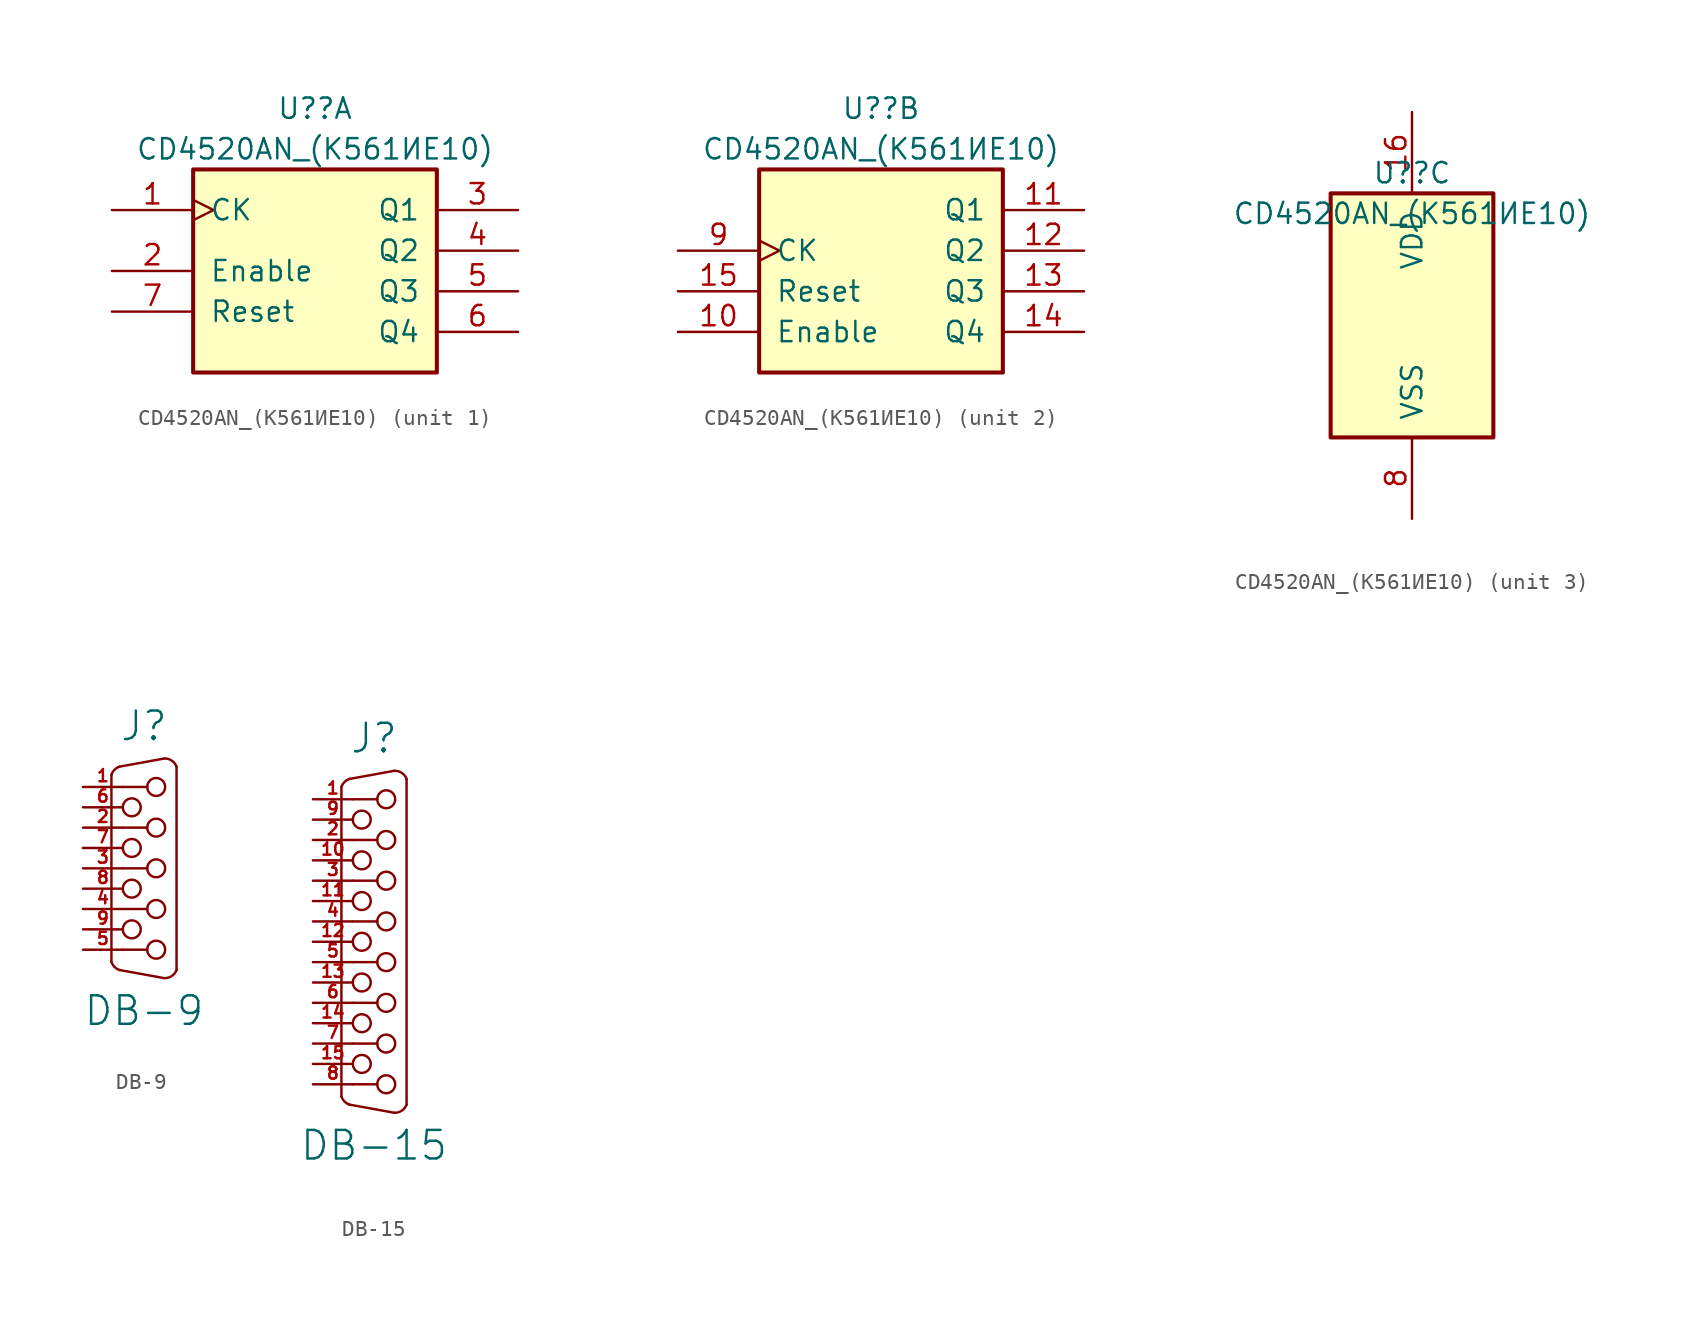
<source format=kicad_sym>
(kicad_symbol_lib
  (version 20211014)
  (generator kicad_symbol_editor)
  (symbol "CD4520АN_(К561ИЕ10)"
    (pin_names
      (offset 1.016))
    (property "Reference" "U?"
      (at 0 8.89 0)
      (effects (font (size 1.27 1.27))))
    (property "Value" "CD4520АN_(К561ИЕ10)"
      (at 0 6.35 0)
      (effects (font (size 1.27 1.27))))
    (property "ki_locked" ""
      (at 0 0 0)
      (effects (font (size 1.27 1.27))))
    (symbol "CD4520АN_(К561ИЕ10)_1_0"
      (pin input clock (at -12.7 2.54 0) (length 5.08) (name "CK" (effects (font (size 1.27 1.27)))) (number "1" (effects (font (size 1.27 1.27)))))
      (pin input line (at -12.7 -1.27 0) (length 5.08) (name "Enable" (effects (font (size 1.27 1.27)))) (number "2" (effects (font (size 1.27 1.27)))))
      (pin output line (at 12.7 2.54 180) (length 5.08) (name "Q1" (effects (font (size 1.27 1.27)))) (number "3" (effects (font (size 1.27 1.27)))))
      (pin output line (at 12.7 0 180) (length 5.08) (name "Q2" (effects (font (size 1.27 1.27)))) (number "4" (effects (font (size 1.27 1.27)))))
      (pin output line (at 12.7 -2.54 180) (length 5.08) (name "Q3" (effects (font (size 1.27 1.27)))) (number "5" (effects (font (size 1.27 1.27)))))
      (pin output line (at 12.7 -5.08 180) (length 5.08) (name "Q4" (effects (font (size 1.27 1.27)))) (number "6" (effects (font (size 1.27 1.27)))))
      (pin input line (at -12.7 -3.81 0) (length 5.08) (name "Reset" (effects (font (size 1.27 1.27)))) (number "7" (effects (font (size 1.27 1.27))))))
    (symbol "CD4520АN_(К561ИЕ10)_1_1"
      (rectangle (start -7.62 5.08) (end 7.62 -7.62) (stroke (width 0.254) (type default) (color 0 0 0 0)) (fill (type background))))
    (symbol "CD4520АN_(К561ИЕ10)_2_0"
      (pin input line (at -12.7 -5.08 0) (length 5.08) (name "Enable" (effects (font (size 1.27 1.27)))) (number "10" (effects (font (size 1.27 1.27)))))
      (pin output line (at 12.7 2.54 180) (length 5.08) (name "Q1" (effects (font (size 1.27 1.27)))) (number "11" (effects (font (size 1.27 1.27)))))
      (pin output line (at 12.7 0 180) (length 5.08) (name "Q2" (effects (font (size 1.27 1.27)))) (number "12" (effects (font (size 1.27 1.27)))))
      (pin output line (at 12.7 -2.54 180) (length 5.08) (name "Q3" (effects (font (size 1.27 1.27)))) (number "13" (effects (font (size 1.27 1.27)))))
      (pin output line (at 12.7 -5.08 180) (length 5.08) (name "Q4" (effects (font (size 1.27 1.27)))) (number "14" (effects (font (size 1.27 1.27)))))
      (pin input line (at -12.7 -2.54 0) (length 5.08) (name "Reset" (effects (font (size 1.27 1.27)))) (number "15" (effects (font (size 1.27 1.27)))))
      (pin input clock (at -12.7 0 0) (length 5.08) (name "CK" (effects (font (size 1.27 1.27)))) (number "9" (effects (font (size 1.27 1.27))))))
    (symbol "CD4520АN_(К561ИЕ10)_2_1"
      (rectangle (start -7.62 5.08) (end 7.62 -7.62) (stroke (width 0.254) (type default) (color 0 0 0 0)) (fill (type background))))
    (symbol "CD4520АN_(К561ИЕ10)_3_0"
      (pin power_in line (at 0 12.7 270) (length 5.08) (name "VDD" (effects (font (size 1.27 1.27)))) (number "16" (effects (font (size 1.27 1.27)))))
      (pin power_in line (at 0 -12.7 90) (length 5.08) (name "VSS" (effects (font (size 1.27 1.27)))) (number "8" (effects (font (size 1.27 1.27))))))
    (symbol "CD4520АN_(К561ИЕ10)_3_1"
      (rectangle (start -5.08 7.62) (end 5.08 -7.62) (stroke (width 0.254) (type default) (color 0 0 0 0)) (fill (type background)))))
  (symbol "DB-9"
    (pin_names
      (offset 1.016) hide)
    (property "Reference" "J"
      (at 0 10.16 0)
      (effects (font (size 1.778 1.778))))
    (property "Value" "DB-9"
      (at 0 -7.62 0)
      (effects (font (size 1.778 1.778))))
    (property "Footprint" ""
      (at 0 0 0)
      (effects (font (size 1.524 1.524))))
    (property "Datasheet" ""
      (at 0 0 0)
      (effects (font (size 1.524 1.524))))
    (symbol "DB-9_0_1"
      (arc (start -2.032 -4.572) (mid -1.838 -4.886) (end -1.524 -5.08) (stroke (width 0) (type default) (color 0 0 0 0)) (fill (type none)))
      (arc (start -1.524 7.62) (mid -1.838 7.426) (end -2.032 7.112) (stroke (width 0) (type default) (color 0 0 0 0)) (fill (type none)))
      (circle (center -0.762 -2.54) (radius 0.559) (stroke (width 0) (type default) (color 0 0 0 0)) (fill (type none)))
      (circle (center -0.762 0) (radius 0.559) (stroke (width 0) (type default) (color 0 0 0 0)) (fill (type none)))
      (circle (center -0.762 2.54) (radius 0.559) (stroke (width 0) (type default) (color 0 0 0 0)) (fill (type none)))
      (circle (center -0.762 5.08) (radius 0.559) (stroke (width 0) (type default) (color 0 0 0 0)) (fill (type none)))
      (polyline (pts (xy -1.321 -3.81) (xy 0.203 -3.81)) (stroke (width 0) (type default) (color 0 0 0 0)) (fill (type none)))
      (polyline (pts (xy -1.321 -1.27) (xy 0.203 -1.27)) (stroke (width 0) (type default) (color 0 0 0 0)) (fill (type none)))
      (polyline (pts (xy -1.321 1.27) (xy 0.203 1.27)) (stroke (width 0) (type default) (color 0 0 0 0)) (fill (type none)))
      (polyline (pts (xy -1.321 3.81) (xy 0.203 3.81)) (stroke (width 0) (type default) (color 0 0 0 0)) (fill (type none)))
      (polyline (pts (xy -1.321 6.35) (xy 0.203 6.35)) (stroke (width 0) (type default) (color 0 0 0 0)) (fill (type none)))
      (polyline (pts (xy -2.032 -4.572) (xy -2.032 7.112) (xy -2.032 7.112)) (stroke (width 0) (type default) (color 0 0 0 0)) (fill (type none)))
      (polyline (pts (xy -1.524 -5.08) (xy 1.27 -5.588) (xy 1.27 -5.588)) (stroke (width 0) (type default) (color 0 0 0 0)) (fill (type none)))
      (polyline (pts (xy -1.524 7.62) (xy 1.27 8.128) (xy 1.27 8.128)) (stroke (width 0) (type default) (color 0 0 0 0)) (fill (type none)))
      (polyline (pts (xy 2.032 7.62) (xy 2.032 -5.08) (xy 2.032 -5.08)) (stroke (width 0) (type default) (color 0 0 0 0)) (fill (type none)))
      (circle (center 0.762 -3.81) (radius 0.559) (stroke (width 0) (type default) (color 0 0 0 0)) (fill (type none)))
      (circle (center 0.762 -1.27) (radius 0.559) (stroke (width 0) (type default) (color 0 0 0 0)) (fill (type none)))
      (circle (center 0.762 1.27) (radius 0.559) (stroke (width 0) (type default) (color 0 0 0 0)) (fill (type none)))
      (circle (center 0.762 3.81) (radius 0.559) (stroke (width 0) (type default) (color 0 0 0 0)) (fill (type none)))
      (circle (center 0.762 6.35) (radius 0.559) (stroke (width 0) (type default) (color 0 0 0 0)) (fill (type none)))
      (arc (start 1.27 -5.588) (mid 1.7324 -5.4561) (end 2.032 -5.08) (stroke (width 0) (type default) (color 0 0 0 0)) (fill (type none)))
      (arc (start 2.032 7.62) (mid 1.7324 7.9961) (end 1.27 8.128) (stroke (width 0) (type default) (color 0 0 0 0)) (fill (type none))))
    (symbol "DB-9_1_1"
      (pin passive line (at -3.81 6.35 0) (length 2.489) (name "~" (effects (font (size 0.762 0.762)))) (number "1" (effects (font (size 0.762 0.762)))))
      (pin passive line (at -3.81 3.81 0) (length 2.489) (name "~" (effects (font (size 0.762 0.762)))) (number "2" (effects (font (size 0.762 0.762)))))
      (pin passive line (at -3.81 1.27 0) (length 2.489) (name "~" (effects (font (size 0.762 0.762)))) (number "3" (effects (font (size 0.762 0.762)))))
      (pin passive line (at -3.81 -1.27 0) (length 2.489) (name "~" (effects (font (size 0.762 0.762)))) (number "4" (effects (font (size 0.762 0.762)))))
      (pin passive line (at -3.81 -3.81 0) (length 2.489) (name "~" (effects (font (size 0.762 0.762)))) (number "5" (effects (font (size 0.762 0.762)))))
      (pin passive line (at -3.81 5.08 0) (length 2.489) (name "~" (effects (font (size 0.762 0.762)))) (number "6" (effects (font (size 0.762 0.762)))))
      (pin passive line (at -3.81 2.54 0) (length 2.489) (name "~" (effects (font (size 0.762 0.762)))) (number "7" (effects (font (size 0.762 0.762)))))
      (pin passive line (at -3.81 0 0) (length 2.489) (name "~" (effects (font (size 0.762 0.762)))) (number "8" (effects (font (size 0.762 0.762)))))
      (pin passive line (at -3.81 -2.54 0) (length 2.489) (name "~" (effects (font (size 0.762 0.762)))) (number "9" (effects (font (size 0.762 0.762)))))))
  (symbol "DB-15"
    (pin_names
      (offset 1.016) hide)
    (property "Reference" "J"
      (at 0 12.7 0)
      (effects (font (size 1.778 1.778))))
    (property "Value" "DB-15"
      (at 0 -12.7 0)
      (effects (font (size 1.778 1.778))))
    (property "Footprint" ""
      (at 0 0 0)
      (effects (font (size 1.524 1.524))))
    (property "Datasheet" ""
      (at 0 0 0)
      (effects (font (size 1.524 1.524))))
    (symbol "DB-15_0_1"
      (arc (start -2.032 -9.652) (mid -1.838 -9.966) (end -1.524 -10.16) (stroke (width 0) (type default) (color 0 0 0 0)) (fill (type none)))
      (arc (start -1.524 10.16) (mid -1.838 9.966) (end -2.032 9.652) (stroke (width 0) (type default) (color 0 0 0 0)) (fill (type none)))
      (circle (center -0.762 -7.62) (radius 0.559) (stroke (width 0) (type default) (color 0 0 0 0)) (fill (type none)))
      (circle (center -0.762 -5.08) (radius 0.559) (stroke (width 0) (type default) (color 0 0 0 0)) (fill (type none)))
      (circle (center -0.762 -2.54) (radius 0.559) (stroke (width 0) (type default) (color 0 0 0 0)) (fill (type none)))
      (circle (center -0.762 0) (radius 0.559) (stroke (width 0) (type default) (color 0 0 0 0)) (fill (type none)))
      (circle (center -0.762 2.54) (radius 0.559) (stroke (width 0) (type default) (color 0 0 0 0)) (fill (type none)))
      (circle (center -0.762 5.08) (radius 0.559) (stroke (width 0) (type default) (color 0 0 0 0)) (fill (type none)))
      (circle (center -0.762 7.62) (radius 0.559) (stroke (width 0) (type default) (color 0 0 0 0)) (fill (type none)))
      (polyline (pts (xy -1.321 -8.89) (xy 0.203 -8.89)) (stroke (width 0) (type default) (color 0 0 0 0)) (fill (type none)))
      (polyline (pts (xy -1.321 -6.35) (xy 0.203 -6.35)) (stroke (width 0) (type default) (color 0 0 0 0)) (fill (type none)))
      (polyline (pts (xy -1.321 -3.81) (xy 0.203 -3.81)) (stroke (width 0) (type default) (color 0 0 0 0)) (fill (type none)))
      (polyline (pts (xy -1.321 -1.27) (xy 0.203 -1.27)) (stroke (width 0) (type default) (color 0 0 0 0)) (fill (type none)))
      (polyline (pts (xy -1.321 1.27) (xy 0.203 1.27)) (stroke (width 0) (type default) (color 0 0 0 0)) (fill (type none)))
      (polyline (pts (xy -1.321 3.81) (xy 0.203 3.81)) (stroke (width 0) (type default) (color 0 0 0 0)) (fill (type none)))
      (polyline (pts (xy -1.321 6.35) (xy 0.203 6.35)) (stroke (width 0) (type default) (color 0 0 0 0)) (fill (type none)))
      (polyline (pts (xy -1.321 8.89) (xy 0.203 8.89)) (stroke (width 0) (type default) (color 0 0 0 0)) (fill (type none)))
      (polyline (pts (xy -2.032 9.652) (xy -2.032 -9.652) (xy -2.032 -9.652)) (stroke (width 0) (type default) (color 0 0 0 0)) (fill (type none)))
      (polyline (pts (xy -1.524 -10.16) (xy 1.27 -10.668) (xy 1.27 -10.668)) (stroke (width 0) (type default) (color 0 0 0 0)) (fill (type none)))
      (polyline (pts (xy -1.524 10.16) (xy 1.27 10.668) (xy 1.27 10.668)) (stroke (width 0) (type default) (color 0 0 0 0)) (fill (type none)))
      (polyline (pts (xy 2.032 -10.16) (xy 2.032 10.16) (xy 2.032 10.16)) (stroke (width 0) (type default) (color 0 0 0 0)) (fill (type none)))
      (circle (center 0.762 -8.89) (radius 0.559) (stroke (width 0) (type default) (color 0 0 0 0)) (fill (type none)))
      (circle (center 0.762 -6.35) (radius 0.559) (stroke (width 0) (type default) (color 0 0 0 0)) (fill (type none)))
      (circle (center 0.762 -3.81) (radius 0.559) (stroke (width 0) (type default) (color 0 0 0 0)) (fill (type none)))
      (circle (center 0.762 -1.27) (radius 0.559) (stroke (width 0) (type default) (color 0 0 0 0)) (fill (type none)))
      (circle (center 0.762 1.27) (radius 0.559) (stroke (width 0) (type default) (color 0 0 0 0)) (fill (type none)))
      (circle (center 0.762 3.81) (radius 0.559) (stroke (width 0) (type default) (color 0 0 0 0)) (fill (type none)))
      (circle (center 0.762 6.35) (radius 0.559) (stroke (width 0) (type default) (color 0 0 0 0)) (fill (type none)))
      (circle (center 0.762 8.89) (radius 0.559) (stroke (width 0) (type default) (color 0 0 0 0)) (fill (type none)))
      (arc (start 1.27 -10.668) (mid 1.7324 -10.5361) (end 2.032 -10.16) (stroke (width 0) (type default) (color 0 0 0 0)) (fill (type none)))
      (arc (start 2.032 10.16) (mid 1.7324 10.5361) (end 1.27 10.668) (stroke (width 0) (type default) (color 0 0 0 0)) (fill (type none))))
    (symbol "DB-15_1_1"
      (pin passive line (at -3.81 8.89 0) (length 2.489) (name "~" (effects (font (size 0.762 0.762)))) (number "1" (effects (font (size 0.762 0.762)))))
      (pin passive line (at -3.81 5.08 0) (length 2.489) (name "~" (effects (font (size 0.762 0.762)))) (number "10" (effects (font (size 0.762 0.762)))))
      (pin passive line (at -3.81 2.54 0) (length 2.489) (name "~" (effects (font (size 0.762 0.762)))) (number "11" (effects (font (size 0.762 0.762)))))
      (pin passive line (at -3.81 0 0) (length 2.489) (name "~" (effects (font (size 0.762 0.762)))) (number "12" (effects (font (size 0.762 0.762)))))
      (pin passive line (at -3.81 -2.54 0) (length 2.489) (name "~" (effects (font (size 0.762 0.762)))) (number "13" (effects (font (size 0.762 0.762)))))
      (pin passive line (at -3.81 -5.08 0) (length 2.489) (name "~" (effects (font (size 0.762 0.762)))) (number "14" (effects (font (size 0.762 0.762)))))
      (pin passive line (at -3.81 -7.62 0) (length 2.489) (name "~" (effects (font (size 0.762 0.762)))) (number "15" (effects (font (size 0.762 0.762)))))
      (pin passive line (at -3.81 6.35 0) (length 2.489) (name "~" (effects (font (size 0.762 0.762)))) (number "2" (effects (font (size 0.762 0.762)))))
      (pin passive line (at -3.81 3.81 0) (length 2.489) (name "~" (effects (font (size 0.762 0.762)))) (number "3" (effects (font (size 0.762 0.762)))))
      (pin passive line (at -3.81 1.27 0) (length 2.489) (name "~" (effects (font (size 0.762 0.762)))) (number "4" (effects (font (size 0.762 0.762)))))
      (pin passive line (at -3.81 -1.27 0) (length 2.489) (name "~" (effects (font (size 0.762 0.762)))) (number "5" (effects (font (size 0.762 0.762)))))
      (pin passive line (at -3.81 -3.81 0) (length 2.489) (name "~" (effects (font (size 0.762 0.762)))) (number "6" (effects (font (size 0.762 0.762)))))
      (pin passive line (at -3.81 -6.35 0) (length 2.489) (name "~" (effects (font (size 0.762 0.762)))) (number "7" (effects (font (size 0.762 0.762)))))
      (pin passive line (at -3.81 -8.89 0) (length 2.489) (name "~" (effects (font (size 0.762 0.762)))) (number "8" (effects (font (size 0.762 0.762)))))
      (pin passive line (at -3.81 7.62 0) (length 2.489) (name "~" (effects (font (size 0.762 0.762)))) (number "9" (effects (font (size 0.762 0.762))))))))
</source>
